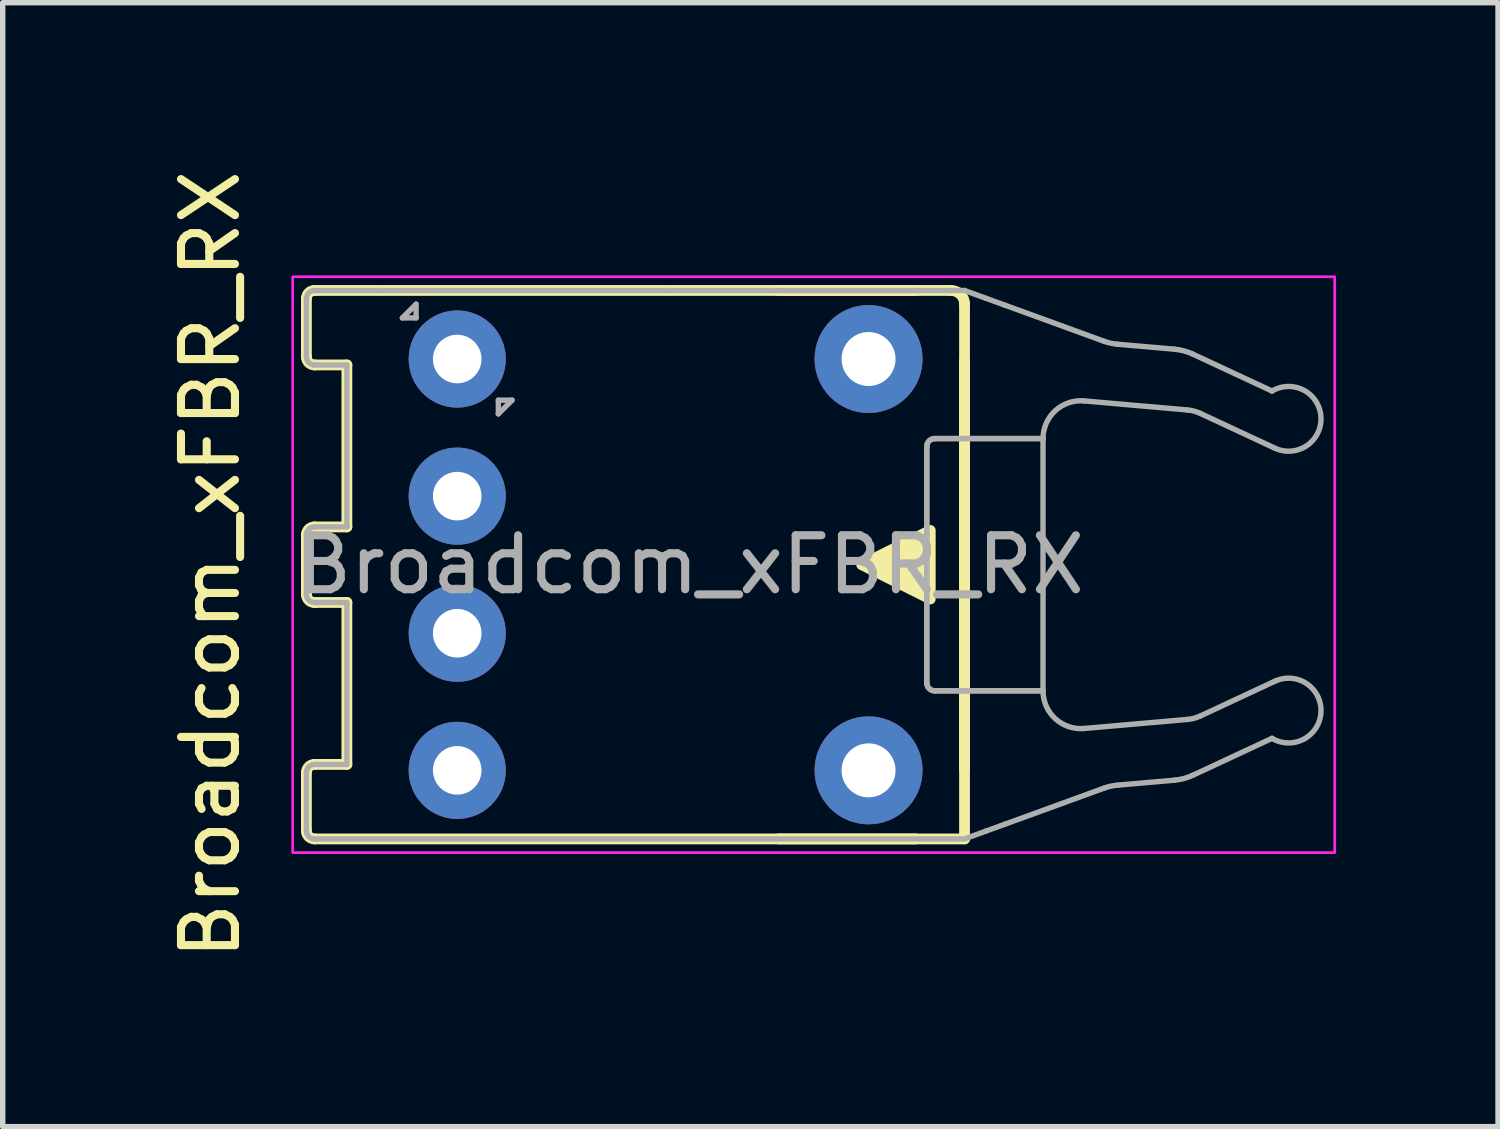
<source format=kicad_pcb>
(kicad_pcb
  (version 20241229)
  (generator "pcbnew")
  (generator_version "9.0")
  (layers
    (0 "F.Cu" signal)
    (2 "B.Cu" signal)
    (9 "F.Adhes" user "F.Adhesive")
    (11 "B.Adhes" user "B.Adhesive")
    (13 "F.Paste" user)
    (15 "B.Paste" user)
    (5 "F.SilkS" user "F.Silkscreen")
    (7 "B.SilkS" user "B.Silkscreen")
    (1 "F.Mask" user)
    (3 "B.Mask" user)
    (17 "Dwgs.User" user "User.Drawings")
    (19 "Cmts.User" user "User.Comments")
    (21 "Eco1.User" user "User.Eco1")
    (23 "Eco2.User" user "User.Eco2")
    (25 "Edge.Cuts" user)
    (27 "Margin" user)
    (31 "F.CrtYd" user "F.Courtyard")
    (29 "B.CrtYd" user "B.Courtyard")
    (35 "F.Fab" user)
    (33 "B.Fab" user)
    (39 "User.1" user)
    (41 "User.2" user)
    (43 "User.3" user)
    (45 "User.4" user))
  (footprint "Broadcom_xFBR_RX"
    (layer "F.Cu")
    (at 14.818 7.411)
    (property "Reference" "Broadcom_xFBR_RX" (at -13.97 0 270) (layer "F.SilkS") (effects (font (size 1 1) (thickness 0.15))))
    (attr through_hole)
    (fp_line (start -12.192 -4.93) (end -12.192 -3.85) (stroke (width 0.2) (type solid)) (layer "F.SilkS"))
    (fp_line (start -12.192 -0.55) (end -12.192 0.55) (stroke (width 0.2) (type solid)) (layer "F.SilkS"))
    (fp_line (start -12.192 3.85) (end -12.192 4.93) (stroke (width 0.2) (type solid)) (layer "F.SilkS"))
    (fp_line (start -12.042 -3.7) (end -11.442 -3.7) (stroke (width 0.2) (type solid)) (layer "F.SilkS"))
    (fp_line (start -12.042 0.7) (end -11.442 0.7) (stroke (width 0.2) (type solid)) (layer "F.SilkS"))
    (fp_line (start -12.042 5.08) (end 0 5.08) (stroke (width 0.2) (type solid)) (layer "F.SilkS"))
    (fp_line (start -11.442 -3.7) (end -11.442 -0.7) (stroke (width 0.2) (type solid)) (layer "F.SilkS"))
    (fp_line (start -11.442 -0.7) (end -12.042 -0.7) (stroke (width 0.2) (type solid)) (layer "F.SilkS"))
    (fp_line (start -11.442 0.7) (end -11.442 3.7) (stroke (width 0.2) (type solid)) (layer "F.SilkS"))
    (fp_line (start -11.442 3.7) (end -12.042 3.7) (stroke (width 0.2) (type solid)) (layer "F.SilkS"))
    (fp_line (start -3.444 -5.08) (end -0.9 -5.08) (stroke (width 0.2) (type solid)) (layer "F.SilkS"))
    (fp_line (start -0.9 5.08) (end -3.444 5.08) (stroke (width 0.2) (type solid)) (layer "F.SilkS"))
    (fp_line (start -0.25 -5.08) (end -12.042 -5.08) (stroke (width 0.2) (type solid)) (layer "F.SilkS"))
    (fp_line (start 0 -3.78) (end 0 3.78) (stroke (width 0.2) (type solid)) (layer "F.SilkS"))
    (fp_line (start 0 5.08) (end 0 -4.83) (stroke (width 0.2) (type solid)) (layer "F.SilkS"))
    (fp_arc (start -12.192 -4.93) (mid -12.148066 -5.036066) (end -12.042 -5.08) (stroke (width 0.2) (type solid)) (layer "F.SilkS"))
    (fp_arc (start -12.192 -0.55) (mid -12.148066 -0.656066) (end -12.042 -0.7) (stroke (width 0.2) (type solid)) (layer "F.SilkS"))
    (fp_arc (start -12.192 3.85) (mid -12.148066 3.743934) (end -12.042 3.7) (stroke (width 0.2) (type solid)) (layer "F.SilkS"))
    (fp_arc (start -12.042 -3.7) (mid -12.148066 -3.743934) (end -12.192 -3.85) (stroke (width 0.2) (type solid)) (layer "F.SilkS"))
    (fp_arc (start -12.042 0.7) (mid -12.148066 0.656066) (end -12.192 0.55) (stroke (width 0.2) (type solid)) (layer "F.SilkS"))
    (fp_arc (start -12.042 5.08) (mid -12.148066 5.036066) (end -12.192 4.93) (stroke (width 0.2) (type solid)) (layer "F.SilkS"))
    (fp_arc (start -0.25 -5.08) (mid -0.073223 -5.006777) (end 0 -4.83) (stroke (width 0.2) (type solid)) (layer "F.SilkS"))
    (fp_poly (pts (xy -0.635 0.635) (xy -0.635 -0.635) (xy -1.905 0)) (stroke (width 0.2) (type solid)) (fill yes) (layer "F.SilkS"))
    (fp_rect (start -12.446 -5.334) (end 6.858 5.334) (stroke (width 0.05) (type default)) (fill no) (layer "F.CrtYd"))
    (fp_line (start -12.192 -4.93) (end -12.192 -3.85) (stroke (width 0.1) (type solid)) (layer "F.Fab"))
    (fp_line (start -12.192 -0.55) (end -12.192 0.55) (stroke (width 0.1) (type solid)) (layer "F.Fab"))
    (fp_line (start -12.192 3.85) (end -12.192 4.93) (stroke (width 0.1) (type solid)) (layer "F.Fab"))
    (fp_line (start -12.042 -3.7) (end -11.442 -3.7) (stroke (width 0.1) (type solid)) (layer "F.Fab"))
    (fp_line (start -12.042 0.7) (end -11.442 0.7) (stroke (width 0.1) (type solid)) (layer "F.Fab"))
    (fp_line (start -12.042 5.08) (end 0 5.08) (stroke (width 0.1) (type solid)) (layer "F.Fab"))
    (fp_line (start -11.442 -3.7) (end -11.442 -0.7) (stroke (width 0.1) (type solid)) (layer "F.Fab"))
    (fp_line (start -11.442 -0.7) (end -12.042 -0.7) (stroke (width 0.1) (type solid)) (layer "F.Fab"))
    (fp_line (start -11.442 0.7) (end -11.442 3.7) (stroke (width 0.1) (type solid)) (layer "F.Fab"))
    (fp_line (start -11.442 3.7) (end -12.042 3.7) (stroke (width 0.1) (type solid)) (layer "F.Fab"))
    (fp_line (start -10.842 -5.08) (end -12.042 -5.08) (stroke (width 0.1) (type solid)) (layer "F.Fab"))
    (fp_line (start -10.414 -4.572) (end -10.16 -4.826) (stroke (width 0.1) (type default)) (layer "F.Fab"))
    (fp_line (start -10.16 -4.826) (end -10.16 -4.572) (stroke (width 0.1) (type default)) (layer "F.Fab"))
    (fp_line (start -10.16 -4.572) (end -10.414 -4.572) (stroke (width 0.1) (type default)) (layer "F.Fab"))
    (fp_line (start -8.636 -3.048) (end -8.636 -2.794) (stroke (width 0.1) (type default)) (layer "F.Fab"))
    (fp_line (start -8.636 -2.794) (end -8.382 -3.048) (stroke (width 0.1) (type default)) (layer "F.Fab"))
    (fp_line (start -8.382 -3.048) (end -8.636 -3.048) (stroke (width 0.1) (type default)) (layer "F.Fab"))
    (fp_line (start -5.494 -5.08) (end -10.842 -5.08) (stroke (width 0.1) (type solid)) (layer "F.Fab"))
    (fp_line (start -0.7 -2.187) (end -0.7 2.187) (stroke (width 0.1) (type solid)) (layer "F.Fab"))
    (fp_line (start -0.7 2.187) (end -0.7 -2.187) (stroke (width 0.1) (type solid)) (layer "F.Fab"))
    (fp_line (start -0.55 -2.337) (end 1.454 -2.337) (stroke (width 0.1) (type solid)) (layer "F.Fab"))
    (fp_line (start -0.55 2.337) (end 1.454 2.337) (stroke (width 0.1) (type solid)) (layer "F.Fab"))
    (fp_line (start 0 -5.08) (end -5.494 -5.08) (stroke (width 0.1) (type solid)) (layer "F.Fab"))
    (fp_line (start 0 5.08) (end 0.4 4.934) (stroke (width 0.1) (type solid)) (layer "F.Fab"))
    (fp_line (start 0.4 -4.934) (end 0 -5.08) (stroke (width 0.1) (type solid)) (layer "F.Fab"))
    (fp_line (start 0.4 4.934) (end 0.75 4.807) (stroke (width 0.1) (type solid)) (layer "F.Fab"))
    (fp_line (start 0.75 -4.807) (end 0.4 -4.934) (stroke (width 0.1) (type solid)) (layer "F.Fab"))
    (fp_line (start 0.75 4.807) (end 2.582 4.14) (stroke (width 0.1) (type solid)) (layer "F.Fab"))
    (fp_line (start 1.454 -2.337) (end -0.55 -2.337) (stroke (width 0.1) (type solid)) (layer "F.Fab"))
    (fp_line (start 1.454 2.337) (end -0.55 2.337) (stroke (width 0.1) (type solid)) (layer "F.Fab"))
    (fp_line (start 1.454 2.337) (end 1.454 -2.337) (stroke (width 0.1) (type solid)) (layer "F.Fab"))
    (fp_line (start 2.215 -3.034) (end 4.132 -2.866) (stroke (width 0.1) (type solid)) (layer "F.Fab"))
    (fp_line (start 2.582 -4.14) (end 0.75 -4.807) (stroke (width 0.1) (type solid)) (layer "F.Fab"))
    (fp_line (start 2.837 4.084) (end 3.891 3.992) (stroke (width 0.1) (type solid)) (layer "F.Fab"))
    (fp_line (start 3.891 -3.992) (end 2.837 -4.084) (stroke (width 0.1) (type solid)) (layer "F.Fab"))
    (fp_line (start 4.132 2.866) (end 2.215 3.034) (stroke (width 0.1) (type solid)) (layer "F.Fab"))
    (fp_line (start 4.227 3.902) (end 5.696 3.217) (stroke (width 0.1) (type solid)) (layer "F.Fab"))
    (fp_line (start 4.367 -2.803) (end 5.75 -2.158) (stroke (width 0.1) (type solid)) (layer "F.Fab"))
    (fp_line (start 5.696 -3.217) (end 4.227 -3.902) (stroke (width 0.1) (type solid)) (layer "F.Fab"))
    (fp_line (start 5.75 2.158) (end 4.367 2.803) (stroke (width 0.1) (type solid)) (layer "F.Fab"))
    (fp_arc (start -12.192 -4.93) (mid -12.148066 -5.036066) (end -12.042 -5.08) (stroke (width 0.1) (type solid)) (layer "F.Fab"))
    (fp_arc (start -12.192 -0.55) (mid -12.148066 -0.656066) (end -12.042 -0.7) (stroke (width 0.1) (type solid)) (layer "F.Fab"))
    (fp_arc (start -12.192 3.85) (mid -12.148066 3.743934) (end -12.042 3.7) (stroke (width 0.1) (type solid)) (layer "F.Fab"))
    (fp_arc (start -12.042 -3.7) (mid -12.148066 -3.743934) (end -12.192 -3.85) (stroke (width 0.1) (type solid)) (layer "F.Fab"))
    (fp_arc (start -12.042 0.7) (mid -12.148066 0.656066) (end -12.192 0.55) (stroke (width 0.1) (type solid)) (layer "F.Fab"))
    (fp_arc (start -12.042 5.08) (mid -12.148066 5.036066) (end -12.192 4.93) (stroke (width 0.1) (type solid)) (layer "F.Fab"))
    (fp_arc (start -0.7 -2.186654) (mid -0.656082 -2.29275) (end -0.55 -2.336654) (stroke (width 0.1) (type solid)) (layer "F.Fab"))
    (fp_arc (start -0.7 -2.186654) (mid -0.656082 -2.29275) (end -0.55 -2.336654) (stroke (width 0.1) (type solid)) (layer "F.Fab"))
    (fp_arc (start -0.55 2.336654) (mid -0.65605 2.292717) (end -0.7 2.186654) (stroke (width 0.1) (type solid)) (layer "F.Fab"))
    (fp_arc (start -0.55 2.336654) (mid -0.65605 2.292717) (end -0.7 2.186654) (stroke (width 0.1) (type solid)) (layer "F.Fab"))
    (fp_arc (start 1.454 -2.336654) (mid 1.681071 -2.85278) (end 2.215009 -3.03399) (stroke (width 0.1) (type solid)) (layer "F.Fab"))
    (fp_arc (start 2.215009 3.03399) (mid 1.681086 2.852748) (end 1.454 2.336654) (stroke (width 0.1) (type solid)) (layer "F.Fab"))
    (fp_arc (start 3.891156 -3.991548) (mid 4.062819 -3.961278) (end 4.226618 -3.901661) (stroke (width 0.1) (type solid)) (layer "F.Fab"))
    (fp_arc (start 4.132124 -2.866264) (mid 4.252288 -2.845074) (end 4.366948 -2.803343) (stroke (width 0.1) (type solid)) (layer "F.Fab"))
    (fp_arc (start 4.226618 3.901661) (mid 4.06282 3.961282) (end 3.891156 3.991548) (stroke (width 0.1) (type solid)) (layer "F.Fab"))
    (fp_arc (start 4.366948 2.803343) (mid 4.252289 2.845077) (end 4.132124 2.866264) (stroke (width 0.1) (type solid)) (layer "F.Fab"))
    (fp_arc (start 5.69559 -3.216668) (mid 6.603196 -2.733045) (end 5.750429 -2.158215) (stroke (width 0.1) (type solid)) (layer "F.Fab"))
    (fp_arc (start 5.750429 2.158215) (mid 6.603197 2.733045) (end 5.69559 3.216668) (stroke (width 0.1) (type solid)) (layer "F.Fab"))
    (fp_curve (pts (xy 2.582 -4.14) (xy 2.664 -4.11) (xy 2.75 -4.091) (xy 2.837 -4.084)) (stroke (width 0.1) (type solid)) (layer "F.Fab"))
    (fp_curve (pts (xy 2.837 4.084) (xy 2.75 4.091) (xy 2.664 4.11) (xy 2.582 4.14)) (stroke (width 0.1) (type solid)) (layer "F.Fab"))
    (fp_text user "${REFERENCE}" (at -5.08 0 180) (layer "F.Fab") (effects (font (size 1 1) (thickness 0.15))))
    (pad "1" thru_hole circle (at -9.398 -3.81) (size 1.8 1.8) (drill 0.9) (layers "*.Cu" "*.Mask"))
    (pad "2" thru_hole circle (at -9.398 -1.27) (size 1.8 1.8) (drill 0.9) (layers "*.Cu" "*.Mask"))
    (pad "3" thru_hole circle (at -9.398 1.27) (size 1.8 1.8) (drill 0.9) (layers "*.Cu" "*.Mask"))
    (pad "4" thru_hole circle (at -9.398 3.81) (size 1.8 1.8) (drill 0.9) (layers "*.Cu" "*.Mask"))
    (pad "5" thru_hole circle (at -1.778 3.81) (size 2 2) (drill 1) (layers "*.Cu" "*.Mask"))
    (pad "6" thru_hole circle (at -1.778 -3.81) (size 2 2) (drill 1) (layers "*.Cu" "*.Mask")))
  (gr_rect
    (start -3 -3)
    (end 24.701 17.821)
    (stroke (width 0.1) (type default))
    (fill no)
    (layer "Edge.Cuts")))
</source>
